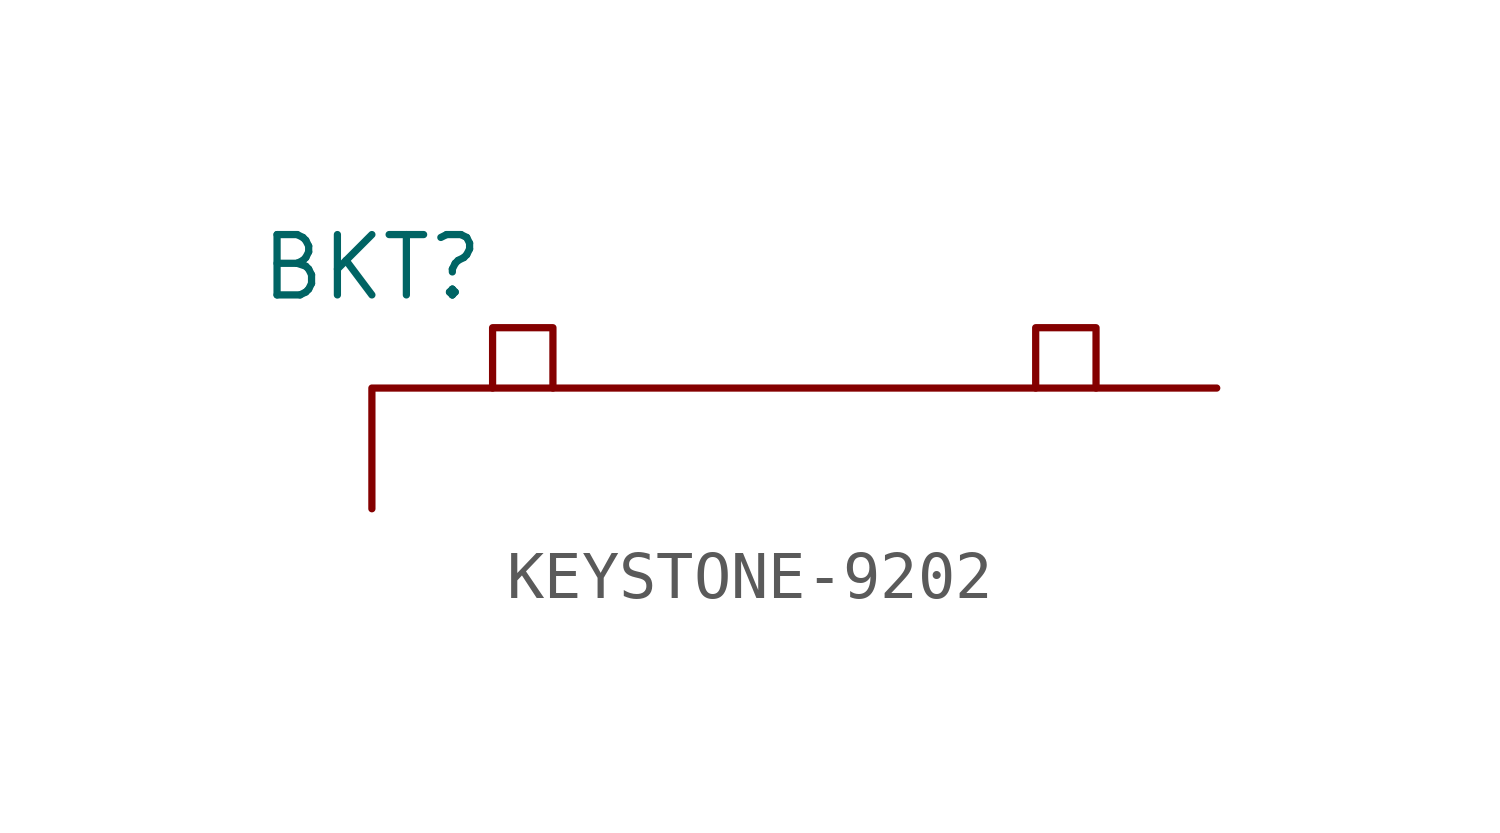
<source format=kicad_sym>
(kicad_symbol_lib
  (version 20231120)
  (generator "kicad_symbol_editor")
  (generator_version "8.0")
  (symbol "KEYSTONE-9202"
    (property "Reference" "BKT"
      (at 0 0 0)
      (effects (font (size 1.27 1.27))))
    (property "Value" ""
      (at 0 0 0)
      (effects (font (size 1.27 1.27))))
    (symbol "KEYSTONE-9202_0_1"
      (polyline (pts (xy 0 -5.08) (xy 0 -2.54) (xy 17.78 -2.54)) (stroke (width 0) (type default)) (fill (type none)))
      (polyline (pts (xy 2.54 -2.54) (xy 2.54 -1.27) (xy 3.81 -1.27) (xy 3.81 -2.54)) (stroke (width 0) (type default)) (fill (type none)))
      (polyline (pts (xy 13.97 -2.54) (xy 13.97 -1.27) (xy 15.24 -1.27) (xy 15.24 -2.54)) (stroke (width 0) (type default)) (fill (type none))))))
</source>
